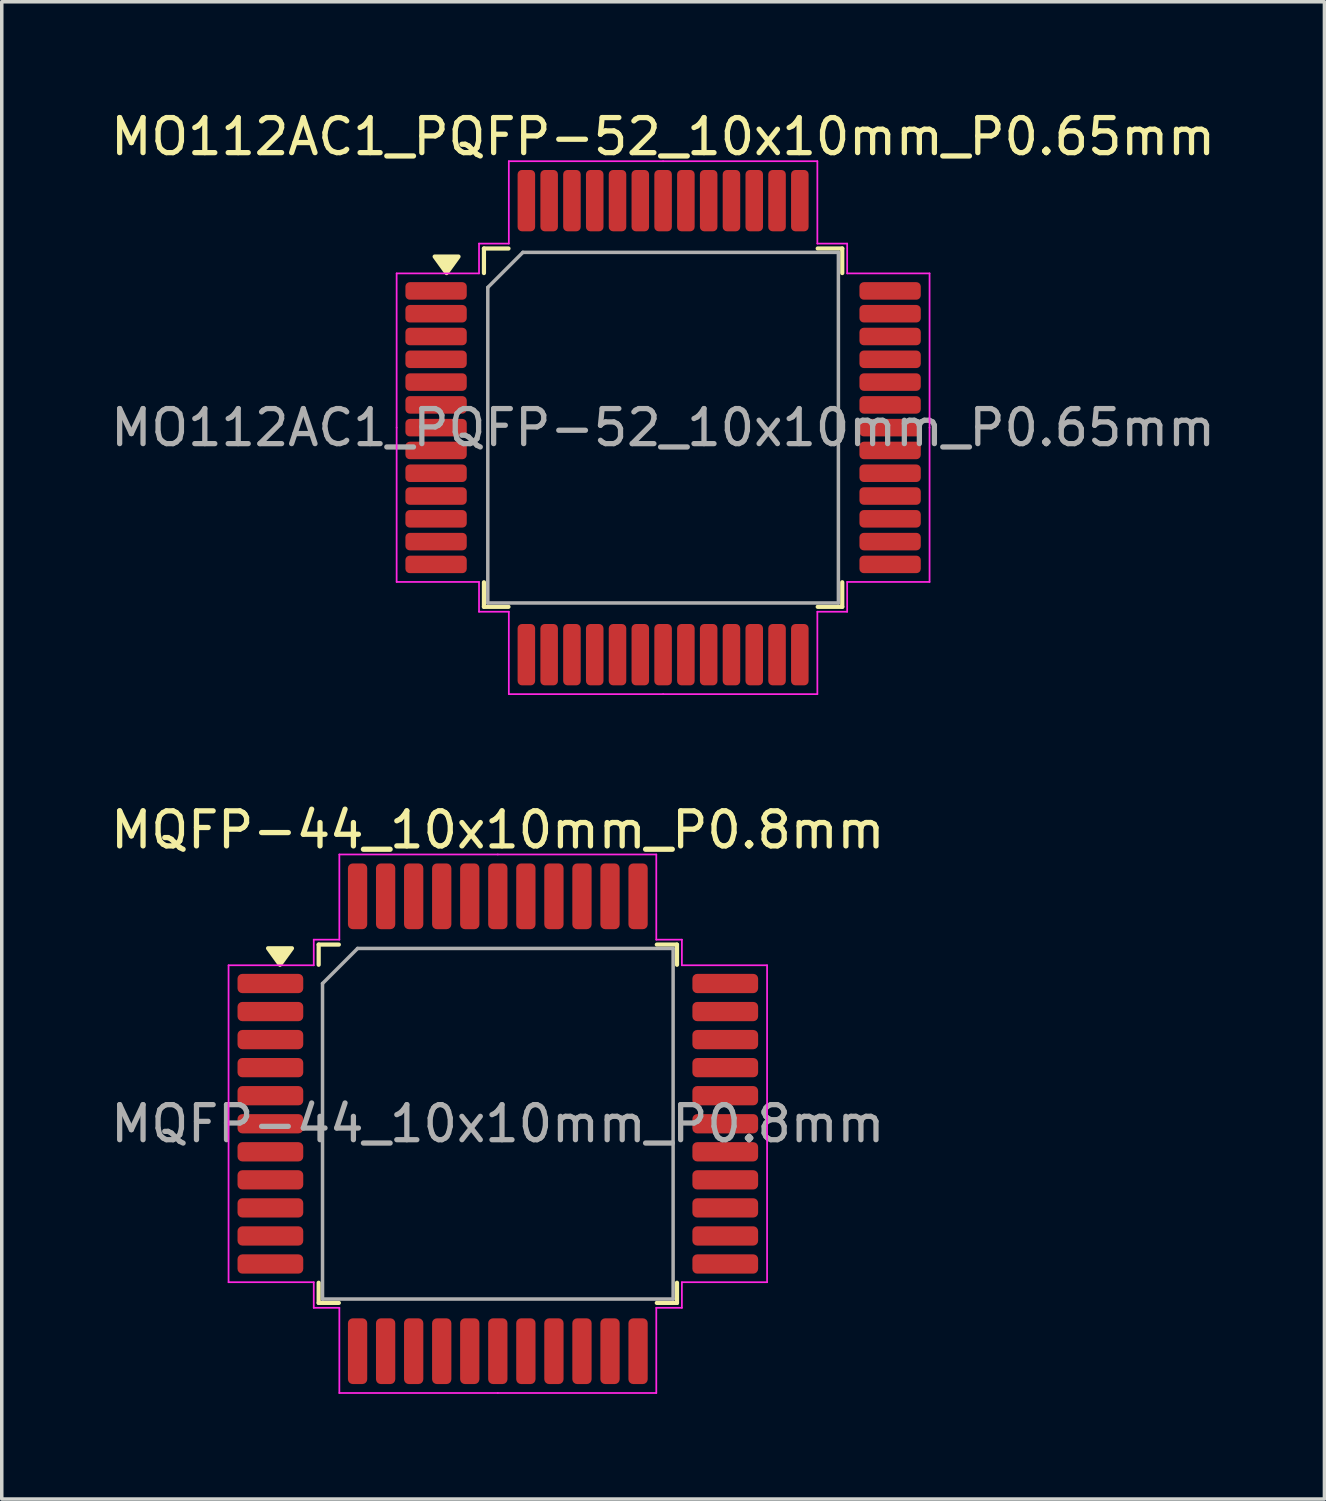
<source format=kicad_pcb>
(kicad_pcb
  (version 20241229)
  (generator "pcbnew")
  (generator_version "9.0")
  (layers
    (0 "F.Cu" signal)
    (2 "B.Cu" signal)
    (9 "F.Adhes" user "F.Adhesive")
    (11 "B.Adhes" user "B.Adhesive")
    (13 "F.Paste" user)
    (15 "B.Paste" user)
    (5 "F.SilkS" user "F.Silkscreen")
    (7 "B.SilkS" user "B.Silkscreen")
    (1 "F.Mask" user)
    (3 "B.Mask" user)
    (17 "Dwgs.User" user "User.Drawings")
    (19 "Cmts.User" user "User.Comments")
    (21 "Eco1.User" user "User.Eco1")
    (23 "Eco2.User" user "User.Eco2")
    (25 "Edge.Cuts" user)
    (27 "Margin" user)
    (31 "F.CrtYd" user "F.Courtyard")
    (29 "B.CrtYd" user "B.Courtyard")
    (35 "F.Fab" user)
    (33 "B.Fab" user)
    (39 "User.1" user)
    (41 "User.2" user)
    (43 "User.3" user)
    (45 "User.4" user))
  (footprint "MO112AC1_PQFP-52_10x10mm_P0.65mm"
    (layer "F.Cu")
    (at 15.863 9.148)
    (property "Reference" "MO112AC1_PQFP-52_10x10mm_P0.65mm" (at 0 -8.3 0) (layer "F.SilkS") (effects (font (size 1 1) (thickness 0.15))))
    (attr smd)
    (fp_line (start -5.11 -5.11) (end -5.11 -4.41) (stroke (width 0.12) (type solid)) (layer "F.SilkS"))
    (fp_line (start -5.11 5.11) (end -5.11 4.41) (stroke (width 0.12) (type solid)) (layer "F.SilkS"))
    (fp_line (start -4.41 -5.11) (end -5.11 -5.11) (stroke (width 0.12) (type solid)) (layer "F.SilkS"))
    (fp_line (start -4.41 5.11) (end -5.11 5.11) (stroke (width 0.12) (type solid)) (layer "F.SilkS"))
    (fp_line (start 4.41 -5.11) (end 5.11 -5.11) (stroke (width 0.12) (type solid)) (layer "F.SilkS"))
    (fp_line (start 4.41 5.11) (end 5.11 5.11) (stroke (width 0.12) (type solid)) (layer "F.SilkS"))
    (fp_line (start 5.11 -5.11) (end 5.11 -4.41) (stroke (width 0.12) (type solid)) (layer "F.SilkS"))
    (fp_line (start 5.11 5.11) (end 5.11 4.41) (stroke (width 0.12) (type solid)) (layer "F.SilkS"))
    (fp_poly (pts (xy -6.175 -4.41) (xy -6.515 -4.88) (xy -5.835 -4.88)) (stroke (width 0.12) (type solid)) (fill yes) (layer "F.SilkS"))
    (fp_line (start -7.6 -4.4) (end -7.6 0) (stroke (width 0.05) (type solid)) (layer "F.CrtYd"))
    (fp_line (start -7.6 4.4) (end -7.6 0) (stroke (width 0.05) (type solid)) (layer "F.CrtYd"))
    (fp_line (start -5.25 -5.25) (end -5.25 -4.4) (stroke (width 0.05) (type solid)) (layer "F.CrtYd"))
    (fp_line (start -5.25 -4.4) (end -7.6 -4.4) (stroke (width 0.05) (type solid)) (layer "F.CrtYd"))
    (fp_line (start -5.25 4.4) (end -7.6 4.4) (stroke (width 0.05) (type solid)) (layer "F.CrtYd"))
    (fp_line (start -5.25 5.25) (end -5.25 4.4) (stroke (width 0.05) (type solid)) (layer "F.CrtYd"))
    (fp_line (start -4.4 -7.6) (end -4.4 -5.25) (stroke (width 0.05) (type solid)) (layer "F.CrtYd"))
    (fp_line (start -4.4 -5.25) (end -5.25 -5.25) (stroke (width 0.05) (type solid)) (layer "F.CrtYd"))
    (fp_line (start -4.4 5.25) (end -5.25 5.25) (stroke (width 0.05) (type solid)) (layer "F.CrtYd"))
    (fp_line (start -4.4 7.6) (end -4.4 5.25) (stroke (width 0.05) (type solid)) (layer "F.CrtYd"))
    (fp_line (start 0 -7.6) (end -4.4 -7.6) (stroke (width 0.05) (type solid)) (layer "F.CrtYd"))
    (fp_line (start 0 -7.6) (end 4.4 -7.6) (stroke (width 0.05) (type solid)) (layer "F.CrtYd"))
    (fp_line (start 0 7.6) (end -4.4 7.6) (stroke (width 0.05) (type solid)) (layer "F.CrtYd"))
    (fp_line (start 0 7.6) (end 4.4 7.6) (stroke (width 0.05) (type solid)) (layer "F.CrtYd"))
    (fp_line (start 4.4 -7.6) (end 4.4 -5.25) (stroke (width 0.05) (type solid)) (layer "F.CrtYd"))
    (fp_line (start 4.4 -5.25) (end 5.25 -5.25) (stroke (width 0.05) (type solid)) (layer "F.CrtYd"))
    (fp_line (start 4.4 5.25) (end 5.25 5.25) (stroke (width 0.05) (type solid)) (layer "F.CrtYd"))
    (fp_line (start 4.4 7.6) (end 4.4 5.25) (stroke (width 0.05) (type solid)) (layer "F.CrtYd"))
    (fp_line (start 5.25 -5.25) (end 5.25 -4.4) (stroke (width 0.05) (type solid)) (layer "F.CrtYd"))
    (fp_line (start 5.25 -4.4) (end 7.6 -4.4) (stroke (width 0.05) (type solid)) (layer "F.CrtYd"))
    (fp_line (start 5.25 4.4) (end 7.6 4.4) (stroke (width 0.05) (type solid)) (layer "F.CrtYd"))
    (fp_line (start 5.25 5.25) (end 5.25 4.4) (stroke (width 0.05) (type solid)) (layer "F.CrtYd"))
    (fp_line (start 7.6 -4.4) (end 7.6 0) (stroke (width 0.05) (type solid)) (layer "F.CrtYd"))
    (fp_line (start 7.6 4.4) (end 7.6 0) (stroke (width 0.05) (type solid)) (layer "F.CrtYd"))
    (fp_line (start -5 -4) (end -4 -5) (stroke (width 0.1) (type solid)) (layer "F.Fab"))
    (fp_line (start -5 5) (end -5 -4) (stroke (width 0.1) (type solid)) (layer "F.Fab"))
    (fp_line (start -4 -5) (end 5 -5) (stroke (width 0.1) (type solid)) (layer "F.Fab"))
    (fp_line (start 5 -5) (end 5 5) (stroke (width 0.1) (type solid)) (layer "F.Fab"))
    (fp_line (start 5 5) (end -5 5) (stroke (width 0.1) (type solid)) (layer "F.Fab"))
    (fp_text user "${REFERENCE}" (at 0 0 0) (layer "F.Fab") (effects (font (size 1 1) (thickness 0.15))))
    (pad "1" smd roundrect (at -6.475 -3.9) (size 1.75 0.5) (layers "F.Cu" "F.Mask" "F.Paste") (roundrect_rratio 0.25))
    (pad "2" smd roundrect (at -6.475 -3.25) (size 1.75 0.5) (layers "F.Cu" "F.Mask" "F.Paste") (roundrect_rratio 0.25))
    (pad "3" smd roundrect (at -6.475 -2.6) (size 1.75 0.5) (layers "F.Cu" "F.Mask" "F.Paste") (roundrect_rratio 0.25))
    (pad "4" smd roundrect (at -6.475 -1.95) (size 1.75 0.5) (layers "F.Cu" "F.Mask" "F.Paste") (roundrect_rratio 0.25))
    (pad "5" smd roundrect (at -6.475 -1.3) (size 1.75 0.5) (layers "F.Cu" "F.Mask" "F.Paste") (roundrect_rratio 0.25))
    (pad "6" smd roundrect (at -6.475 -0.65) (size 1.75 0.5) (layers "F.Cu" "F.Mask" "F.Paste") (roundrect_rratio 0.25))
    (pad "7" smd roundrect (at -6.475 0) (size 1.75 0.5) (layers "F.Cu" "F.Mask" "F.Paste") (roundrect_rratio 0.25))
    (pad "8" smd roundrect (at -6.475 0.65) (size 1.75 0.5) (layers "F.Cu" "F.Mask" "F.Paste") (roundrect_rratio 0.25))
    (pad "9" smd roundrect (at -6.475 1.3) (size 1.75 0.5) (layers "F.Cu" "F.Mask" "F.Paste") (roundrect_rratio 0.25))
    (pad "10" smd roundrect (at -6.475 1.95) (size 1.75 0.5) (layers "F.Cu" "F.Mask" "F.Paste") (roundrect_rratio 0.25))
    (pad "11" smd roundrect (at -6.475 2.6) (size 1.75 0.5) (layers "F.Cu" "F.Mask" "F.Paste") (roundrect_rratio 0.25))
    (pad "12" smd roundrect (at -6.475 3.25) (size 1.75 0.5) (layers "F.Cu" "F.Mask" "F.Paste") (roundrect_rratio 0.25))
    (pad "13" smd roundrect (at -6.475 3.9) (size 1.75 0.5) (layers "F.Cu" "F.Mask" "F.Paste") (roundrect_rratio 0.25))
    (pad "14" smd roundrect (at -3.9 6.475) (size 0.5 1.75) (layers "F.Cu" "F.Mask" "F.Paste") (roundrect_rratio 0.25))
    (pad "15" smd roundrect (at -3.25 6.475) (size 0.5 1.75) (layers "F.Cu" "F.Mask" "F.Paste") (roundrect_rratio 0.25))
    (pad "16" smd roundrect (at -2.6 6.475) (size 0.5 1.75) (layers "F.Cu" "F.Mask" "F.Paste") (roundrect_rratio 0.25))
    (pad "17" smd roundrect (at -1.95 6.475) (size 0.5 1.75) (layers "F.Cu" "F.Mask" "F.Paste") (roundrect_rratio 0.25))
    (pad "18" smd roundrect (at -1.3 6.475) (size 0.5 1.75) (layers "F.Cu" "F.Mask" "F.Paste") (roundrect_rratio 0.25))
    (pad "19" smd roundrect (at -0.65 6.475) (size 0.5 1.75) (layers "F.Cu" "F.Mask" "F.Paste") (roundrect_rratio 0.25))
    (pad "20" smd roundrect (at 0 6.475) (size 0.5 1.75) (layers "F.Cu" "F.Mask" "F.Paste") (roundrect_rratio 0.25))
    (pad "21" smd roundrect (at 0.65 6.475) (size 0.5 1.75) (layers "F.Cu" "F.Mask" "F.Paste") (roundrect_rratio 0.25))
    (pad "22" smd roundrect (at 1.3 6.475) (size 0.5 1.75) (layers "F.Cu" "F.Mask" "F.Paste") (roundrect_rratio 0.25))
    (pad "23" smd roundrect (at 1.95 6.475) (size 0.5 1.75) (layers "F.Cu" "F.Mask" "F.Paste") (roundrect_rratio 0.25))
    (pad "24" smd roundrect (at 2.6 6.475) (size 0.5 1.75) (layers "F.Cu" "F.Mask" "F.Paste") (roundrect_rratio 0.25))
    (pad "25" smd roundrect (at 3.25 6.475) (size 0.5 1.75) (layers "F.Cu" "F.Mask" "F.Paste") (roundrect_rratio 0.25))
    (pad "26" smd roundrect (at 3.9 6.475) (size 0.5 1.75) (layers "F.Cu" "F.Mask" "F.Paste") (roundrect_rratio 0.25))
    (pad "27" smd roundrect (at 6.475 3.9) (size 1.75 0.5) (layers "F.Cu" "F.Mask" "F.Paste") (roundrect_rratio 0.25))
    (pad "28" smd roundrect (at 6.475 3.25) (size 1.75 0.5) (layers "F.Cu" "F.Mask" "F.Paste") (roundrect_rratio 0.25))
    (pad "29" smd roundrect (at 6.475 2.6) (size 1.75 0.5) (layers "F.Cu" "F.Mask" "F.Paste") (roundrect_rratio 0.25))
    (pad "30" smd roundrect (at 6.475 1.95) (size 1.75 0.5) (layers "F.Cu" "F.Mask" "F.Paste") (roundrect_rratio 0.25))
    (pad "31" smd roundrect (at 6.475 1.3) (size 1.75 0.5) (layers "F.Cu" "F.Mask" "F.Paste") (roundrect_rratio 0.25))
    (pad "32" smd roundrect (at 6.475 0.65) (size 1.75 0.5) (layers "F.Cu" "F.Mask" "F.Paste") (roundrect_rratio 0.25))
    (pad "33" smd roundrect (at 6.475 0) (size 1.75 0.5) (layers "F.Cu" "F.Mask" "F.Paste") (roundrect_rratio 0.25))
    (pad "34" smd roundrect (at 6.475 -0.65) (size 1.75 0.5) (layers "F.Cu" "F.Mask" "F.Paste") (roundrect_rratio 0.25))
    (pad "35" smd roundrect (at 6.475 -1.3) (size 1.75 0.5) (layers "F.Cu" "F.Mask" "F.Paste") (roundrect_rratio 0.25))
    (pad "36" smd roundrect (at 6.475 -1.95) (size 1.75 0.5) (layers "F.Cu" "F.Mask" "F.Paste") (roundrect_rratio 0.25))
    (pad "37" smd roundrect (at 6.475 -2.6) (size 1.75 0.5) (layers "F.Cu" "F.Mask" "F.Paste") (roundrect_rratio 0.25))
    (pad "38" smd roundrect (at 6.475 -3.25) (size 1.75 0.5) (layers "F.Cu" "F.Mask" "F.Paste") (roundrect_rratio 0.25))
    (pad "39" smd roundrect (at 6.475 -3.9) (size 1.75 0.5) (layers "F.Cu" "F.Mask" "F.Paste") (roundrect_rratio 0.25))
    (pad "40" smd roundrect (at 3.9 -6.475) (size 0.5 1.75) (layers "F.Cu" "F.Mask" "F.Paste") (roundrect_rratio 0.25))
    (pad "41" smd roundrect (at 3.25 -6.475) (size 0.5 1.75) (layers "F.Cu" "F.Mask" "F.Paste") (roundrect_rratio 0.25))
    (pad "42" smd roundrect (at 2.6 -6.475) (size 0.5 1.75) (layers "F.Cu" "F.Mask" "F.Paste") (roundrect_rratio 0.25))
    (pad "43" smd roundrect (at 1.95 -6.475) (size 0.5 1.75) (layers "F.Cu" "F.Mask" "F.Paste") (roundrect_rratio 0.25))
    (pad "44" smd roundrect (at 1.3 -6.475) (size 0.5 1.75) (layers "F.Cu" "F.Mask" "F.Paste") (roundrect_rratio 0.25))
    (pad "45" smd roundrect (at 0.65 -6.475) (size 0.5 1.75) (layers "F.Cu" "F.Mask" "F.Paste") (roundrect_rratio 0.25))
    (pad "46" smd roundrect (at 0 -6.475) (size 0.5 1.75) (layers "F.Cu" "F.Mask" "F.Paste") (roundrect_rratio 0.25))
    (pad "47" smd roundrect (at -0.65 -6.475) (size 0.5 1.75) (layers "F.Cu" "F.Mask" "F.Paste") (roundrect_rratio 0.25))
    (pad "48" smd roundrect (at -1.3 -6.475) (size 0.5 1.75) (layers "F.Cu" "F.Mask" "F.Paste") (roundrect_rratio 0.25))
    (pad "49" smd roundrect (at -1.95 -6.475) (size 0.5 1.75) (layers "F.Cu" "F.Mask" "F.Paste") (roundrect_rratio 0.25))
    (pad "50" smd roundrect (at -2.6 -6.475) (size 0.5 1.75) (layers "F.Cu" "F.Mask" "F.Paste") (roundrect_rratio 0.25))
    (pad "51" smd roundrect (at -3.25 -6.475) (size 0.5 1.75) (layers "F.Cu" "F.Mask" "F.Paste") (roundrect_rratio 0.25))
    (pad "52" smd roundrect (at -3.9 -6.475) (size 0.5 1.75) (layers "F.Cu" "F.Mask" "F.Paste") (roundrect_rratio 0.25)))
  (footprint "MQFP-44_10x10mm_P0.8mm"
    (layer "F.Cu")
    (at 11.149 29.002)
    (property "Reference" "MQFP-44_10x10mm_P0.8mm" (at 0 -8.38 0) (layer "F.SilkS") (effects (font (size 1 1) (thickness 0.15))))
    (attr smd)
    (fp_line (start -5.11 -5.11) (end -5.11 -4.535) (stroke (width 0.12) (type solid)) (layer "F.SilkS"))
    (fp_line (start -5.11 5.11) (end -5.11 4.535) (stroke (width 0.12) (type solid)) (layer "F.SilkS"))
    (fp_line (start -4.535 -5.11) (end -5.11 -5.11) (stroke (width 0.12) (type solid)) (layer "F.SilkS"))
    (fp_line (start -4.535 5.11) (end -5.11 5.11) (stroke (width 0.12) (type solid)) (layer "F.SilkS"))
    (fp_line (start 4.535 -5.11) (end 5.11 -5.11) (stroke (width 0.12) (type solid)) (layer "F.SilkS"))
    (fp_line (start 4.535 5.11) (end 5.11 5.11) (stroke (width 0.12) (type solid)) (layer "F.SilkS"))
    (fp_line (start 5.11 -5.11) (end 5.11 -4.535) (stroke (width 0.12) (type solid)) (layer "F.SilkS"))
    (fp_line (start 5.11 5.11) (end 5.11 4.535) (stroke (width 0.12) (type solid)) (layer "F.SilkS"))
    (fp_poly (pts (xy -6.213 -4.535) (xy -6.553 -5.005) (xy -5.872 -5.005) (xy -6.213 -4.535)) (stroke (width 0.12) (type solid)) (fill yes) (layer "F.SilkS"))
    (fp_line (start -7.68 -4.52) (end -7.68 0) (stroke (width 0.05) (type solid)) (layer "F.CrtYd"))
    (fp_line (start -7.68 4.52) (end -7.68 0) (stroke (width 0.05) (type solid)) (layer "F.CrtYd"))
    (fp_line (start -5.25 -5.25) (end -5.25 -4.52) (stroke (width 0.05) (type solid)) (layer "F.CrtYd"))
    (fp_line (start -5.25 -4.52) (end -7.68 -4.52) (stroke (width 0.05) (type solid)) (layer "F.CrtYd"))
    (fp_line (start -5.25 4.52) (end -7.68 4.52) (stroke (width 0.05) (type solid)) (layer "F.CrtYd"))
    (fp_line (start -5.25 5.25) (end -5.25 4.52) (stroke (width 0.05) (type solid)) (layer "F.CrtYd"))
    (fp_line (start -4.52 -7.68) (end -4.52 -5.25) (stroke (width 0.05) (type solid)) (layer "F.CrtYd"))
    (fp_line (start -4.52 -5.25) (end -5.25 -5.25) (stroke (width 0.05) (type solid)) (layer "F.CrtYd"))
    (fp_line (start -4.52 5.25) (end -5.25 5.25) (stroke (width 0.05) (type solid)) (layer "F.CrtYd"))
    (fp_line (start -4.52 7.68) (end -4.52 5.25) (stroke (width 0.05) (type solid)) (layer "F.CrtYd"))
    (fp_line (start 0 -7.68) (end -4.52 -7.68) (stroke (width 0.05) (type solid)) (layer "F.CrtYd"))
    (fp_line (start 0 -7.68) (end 4.52 -7.68) (stroke (width 0.05) (type solid)) (layer "F.CrtYd"))
    (fp_line (start 0 7.68) (end -4.52 7.68) (stroke (width 0.05) (type solid)) (layer "F.CrtYd"))
    (fp_line (start 0 7.68) (end 4.52 7.68) (stroke (width 0.05) (type solid)) (layer "F.CrtYd"))
    (fp_line (start 4.52 -7.68) (end 4.52 -5.25) (stroke (width 0.05) (type solid)) (layer "F.CrtYd"))
    (fp_line (start 4.52 -5.25) (end 5.25 -5.25) (stroke (width 0.05) (type solid)) (layer "F.CrtYd"))
    (fp_line (start 4.52 5.25) (end 5.25 5.25) (stroke (width 0.05) (type solid)) (layer "F.CrtYd"))
    (fp_line (start 4.52 7.68) (end 4.52 5.25) (stroke (width 0.05) (type solid)) (layer "F.CrtYd"))
    (fp_line (start 5.25 -5.25) (end 5.25 -4.52) (stroke (width 0.05) (type solid)) (layer "F.CrtYd"))
    (fp_line (start 5.25 -4.52) (end 7.68 -4.52) (stroke (width 0.05) (type solid)) (layer "F.CrtYd"))
    (fp_line (start 5.25 4.52) (end 7.68 4.52) (stroke (width 0.05) (type solid)) (layer "F.CrtYd"))
    (fp_line (start 5.25 5.25) (end 5.25 4.52) (stroke (width 0.05) (type solid)) (layer "F.CrtYd"))
    (fp_line (start 7.68 -4.52) (end 7.68 0) (stroke (width 0.05) (type solid)) (layer "F.CrtYd"))
    (fp_line (start 7.68 4.52) (end 7.68 0) (stroke (width 0.05) (type solid)) (layer "F.CrtYd"))
    (fp_line (start -5 -4) (end -4 -5) (stroke (width 0.1) (type solid)) (layer "F.Fab"))
    (fp_line (start -5 5) (end -5 -4) (stroke (width 0.1) (type solid)) (layer "F.Fab"))
    (fp_line (start -4 -5) (end 5 -5) (stroke (width 0.1) (type solid)) (layer "F.Fab"))
    (fp_line (start 5 -5) (end 5 5) (stroke (width 0.1) (type solid)) (layer "F.Fab"))
    (fp_line (start 5 5) (end -5 5) (stroke (width 0.1) (type solid)) (layer "F.Fab"))
    (fp_text user "${REFERENCE}" (at 0 0 0) (layer "F.Fab") (effects (font (size 1 1) (thickness 0.15))))
    (pad "1" smd roundrect (at -6.487 -4) (size 1.875 0.55) (layers "F.Cu" "F.Mask" "F.Paste") (roundrect_rratio 0.25))
    (pad "2" smd roundrect (at -6.487 -3.2) (size 1.875 0.55) (layers "F.Cu" "F.Mask" "F.Paste") (roundrect_rratio 0.25))
    (pad "3" smd roundrect (at -6.487 -2.4) (size 1.875 0.55) (layers "F.Cu" "F.Mask" "F.Paste") (roundrect_rratio 0.25))
    (pad "4" smd roundrect (at -6.487 -1.6) (size 1.875 0.55) (layers "F.Cu" "F.Mask" "F.Paste") (roundrect_rratio 0.25))
    (pad "5" smd roundrect (at -6.487 -0.8) (size 1.875 0.55) (layers "F.Cu" "F.Mask" "F.Paste") (roundrect_rratio 0.25))
    (pad "6" smd roundrect (at -6.487 0) (size 1.875 0.55) (layers "F.Cu" "F.Mask" "F.Paste") (roundrect_rratio 0.25))
    (pad "7" smd roundrect (at -6.487 0.8) (size 1.875 0.55) (layers "F.Cu" "F.Mask" "F.Paste") (roundrect_rratio 0.25))
    (pad "8" smd roundrect (at -6.487 1.6) (size 1.875 0.55) (layers "F.Cu" "F.Mask" "F.Paste") (roundrect_rratio 0.25))
    (pad "9" smd roundrect (at -6.487 2.4) (size 1.875 0.55) (layers "F.Cu" "F.Mask" "F.Paste") (roundrect_rratio 0.25))
    (pad "10" smd roundrect (at -6.487 3.2) (size 1.875 0.55) (layers "F.Cu" "F.Mask" "F.Paste") (roundrect_rratio 0.25))
    (pad "11" smd roundrect (at -6.487 4) (size 1.875 0.55) (layers "F.Cu" "F.Mask" "F.Paste") (roundrect_rratio 0.25))
    (pad "12" smd roundrect (at -4 6.487) (size 0.55 1.875) (layers "F.Cu" "F.Mask" "F.Paste") (roundrect_rratio 0.25))
    (pad "13" smd roundrect (at -3.2 6.487) (size 0.55 1.875) (layers "F.Cu" "F.Mask" "F.Paste") (roundrect_rratio 0.25))
    (pad "14" smd roundrect (at -2.4 6.487) (size 0.55 1.875) (layers "F.Cu" "F.Mask" "F.Paste") (roundrect_rratio 0.25))
    (pad "15" smd roundrect (at -1.6 6.487) (size 0.55 1.875) (layers "F.Cu" "F.Mask" "F.Paste") (roundrect_rratio 0.25))
    (pad "16" smd roundrect (at -0.8 6.487) (size 0.55 1.875) (layers "F.Cu" "F.Mask" "F.Paste") (roundrect_rratio 0.25))
    (pad "17" smd roundrect (at 0 6.487) (size 0.55 1.875) (layers "F.Cu" "F.Mask" "F.Paste") (roundrect_rratio 0.25))
    (pad "18" smd roundrect (at 0.8 6.487) (size 0.55 1.875) (layers "F.Cu" "F.Mask" "F.Paste") (roundrect_rratio 0.25))
    (pad "19" smd roundrect (at 1.6 6.487) (size 0.55 1.875) (layers "F.Cu" "F.Mask" "F.Paste") (roundrect_rratio 0.25))
    (pad "20" smd roundrect (at 2.4 6.487) (size 0.55 1.875) (layers "F.Cu" "F.Mask" "F.Paste") (roundrect_rratio 0.25))
    (pad "21" smd roundrect (at 3.2 6.487) (size 0.55 1.875) (layers "F.Cu" "F.Mask" "F.Paste") (roundrect_rratio 0.25))
    (pad "22" smd roundrect (at 4 6.487) (size 0.55 1.875) (layers "F.Cu" "F.Mask" "F.Paste") (roundrect_rratio 0.25))
    (pad "23" smd roundrect (at 6.487 4) (size 1.875 0.55) (layers "F.Cu" "F.Mask" "F.Paste") (roundrect_rratio 0.25))
    (pad "24" smd roundrect (at 6.487 3.2) (size 1.875 0.55) (layers "F.Cu" "F.Mask" "F.Paste") (roundrect_rratio 0.25))
    (pad "25" smd roundrect (at 6.487 2.4) (size 1.875 0.55) (layers "F.Cu" "F.Mask" "F.Paste") (roundrect_rratio 0.25))
    (pad "26" smd roundrect (at 6.487 1.6) (size 1.875 0.55) (layers "F.Cu" "F.Mask" "F.Paste") (roundrect_rratio 0.25))
    (pad "27" smd roundrect (at 6.487 0.8) (size 1.875 0.55) (layers "F.Cu" "F.Mask" "F.Paste") (roundrect_rratio 0.25))
    (pad "28" smd roundrect (at 6.487 0) (size 1.875 0.55) (layers "F.Cu" "F.Mask" "F.Paste") (roundrect_rratio 0.25))
    (pad "29" smd roundrect (at 6.487 -0.8) (size 1.875 0.55) (layers "F.Cu" "F.Mask" "F.Paste") (roundrect_rratio 0.25))
    (pad "30" smd roundrect (at 6.487 -1.6) (size 1.875 0.55) (layers "F.Cu" "F.Mask" "F.Paste") (roundrect_rratio 0.25))
    (pad "31" smd roundrect (at 6.487 -2.4) (size 1.875 0.55) (layers "F.Cu" "F.Mask" "F.Paste") (roundrect_rratio 0.25))
    (pad "32" smd roundrect (at 6.487 -3.2) (size 1.875 0.55) (layers "F.Cu" "F.Mask" "F.Paste") (roundrect_rratio 0.25))
    (pad "33" smd roundrect (at 6.487 -4) (size 1.875 0.55) (layers "F.Cu" "F.Mask" "F.Paste") (roundrect_rratio 0.25))
    (pad "34" smd roundrect (at 4 -6.487) (size 0.55 1.875) (layers "F.Cu" "F.Mask" "F.Paste") (roundrect_rratio 0.25))
    (pad "35" smd roundrect (at 3.2 -6.487) (size 0.55 1.875) (layers "F.Cu" "F.Mask" "F.Paste") (roundrect_rratio 0.25))
    (pad "36" smd roundrect (at 2.4 -6.487) (size 0.55 1.875) (layers "F.Cu" "F.Mask" "F.Paste") (roundrect_rratio 0.25))
    (pad "37" smd roundrect (at 1.6 -6.487) (size 0.55 1.875) (layers "F.Cu" "F.Mask" "F.Paste") (roundrect_rratio 0.25))
    (pad "38" smd roundrect (at 0.8 -6.487) (size 0.55 1.875) (layers "F.Cu" "F.Mask" "F.Paste") (roundrect_rratio 0.25))
    (pad "39" smd roundrect (at 0 -6.487) (size 0.55 1.875) (layers "F.Cu" "F.Mask" "F.Paste") (roundrect_rratio 0.25))
    (pad "40" smd roundrect (at -0.8 -6.487) (size 0.55 1.875) (layers "F.Cu" "F.Mask" "F.Paste") (roundrect_rratio 0.25))
    (pad "41" smd roundrect (at -1.6 -6.487) (size 0.55 1.875) (layers "F.Cu" "F.Mask" "F.Paste") (roundrect_rratio 0.25))
    (pad "42" smd roundrect (at -2.4 -6.487) (size 0.55 1.875) (layers "F.Cu" "F.Mask" "F.Paste") (roundrect_rratio 0.25))
    (pad "43" smd roundrect (at -3.2 -6.487) (size 0.55 1.875) (layers "F.Cu" "F.Mask" "F.Paste") (roundrect_rratio 0.25))
    (pad "44" smd roundrect (at -4 -6.487) (size 0.55 1.875) (layers "F.Cu" "F.Mask" "F.Paste") (roundrect_rratio 0.25)))
  (gr_rect
    (start -3 -3)
    (end 34.726 39.706)
    (stroke (width 0.1) (type default))
    (fill no)
    (layer "Edge.Cuts")))
</source>
